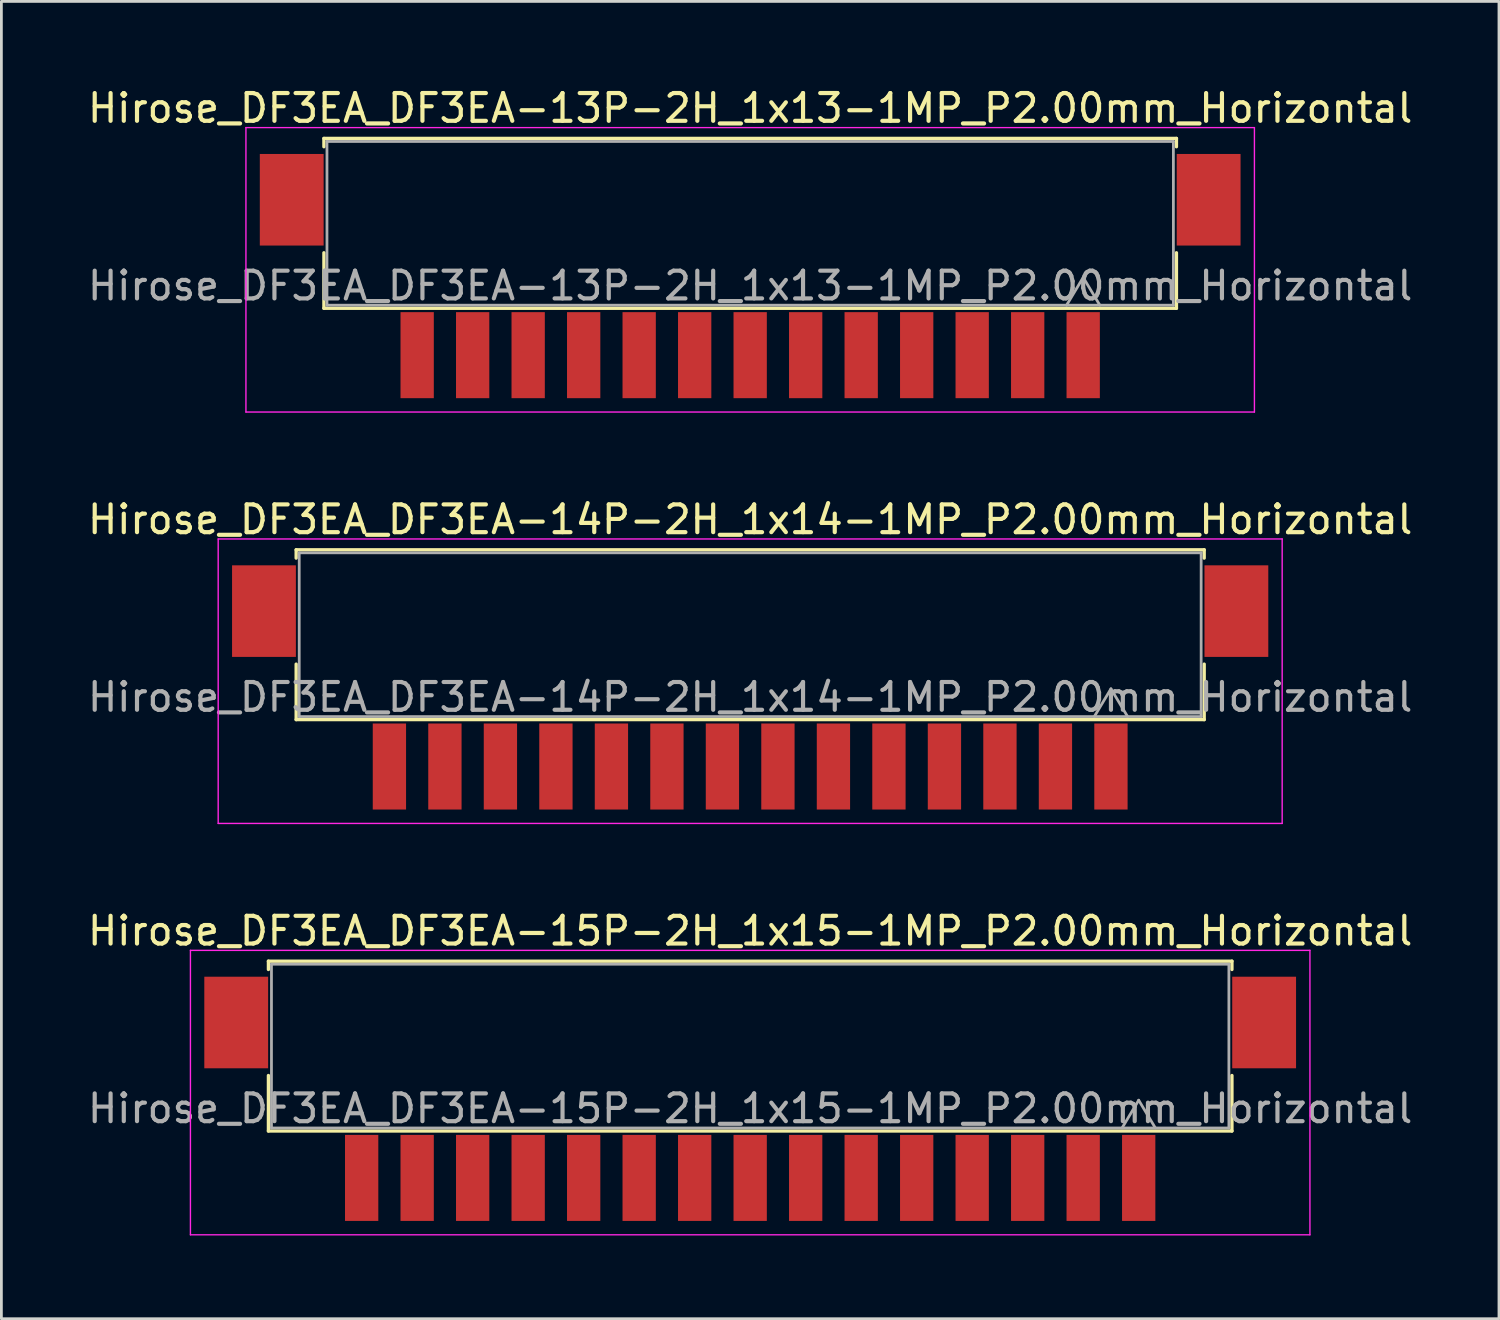
<source format=kicad_pcb>
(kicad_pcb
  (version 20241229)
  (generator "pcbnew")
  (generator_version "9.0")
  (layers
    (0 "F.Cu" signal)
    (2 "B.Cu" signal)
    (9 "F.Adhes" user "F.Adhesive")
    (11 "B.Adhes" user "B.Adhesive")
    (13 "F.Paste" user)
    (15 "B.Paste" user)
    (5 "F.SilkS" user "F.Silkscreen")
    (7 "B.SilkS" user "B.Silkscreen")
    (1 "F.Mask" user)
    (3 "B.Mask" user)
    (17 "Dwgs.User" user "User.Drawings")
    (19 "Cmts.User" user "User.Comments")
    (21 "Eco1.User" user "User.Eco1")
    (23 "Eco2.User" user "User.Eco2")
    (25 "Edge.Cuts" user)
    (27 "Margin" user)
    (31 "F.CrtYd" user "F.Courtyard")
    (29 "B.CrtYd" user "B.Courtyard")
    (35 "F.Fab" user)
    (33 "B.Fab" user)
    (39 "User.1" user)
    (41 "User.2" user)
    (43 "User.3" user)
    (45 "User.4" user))
  (footprint "Hirose_DF3EA_DF3EA-13P-2H_1x13-1MP_P2.00mm_Horizontal"
    (layer "F.Cu")
    (at 23.982 8.198)
    (property "Reference" "Hirose_DF3EA_DF3EA-13P-2H_1x13-1MP_P2.00mm_Horizontal" (at 0 -7.35 0) (layer "F.SilkS") (effects (font (size 1 1) (thickness 0.15))))
    (attr smd)
    (fp_line (start -15.36 -6.26) (end 15.36 -6.26) (stroke (width 0.12) (type solid)) (layer "F.SilkS"))
    (fp_line (start -15.36 -5.96) (end -15.36 -6.26) (stroke (width 0.12) (type solid)) (layer "F.SilkS"))
    (fp_line (start -15.36 -2.14) (end -15.36 -0.14) (stroke (width 0.12) (type solid)) (layer "F.SilkS"))
    (fp_line (start -15.36 -0.14) (end 15.36 -0.14) (stroke (width 0.12) (type solid)) (layer "F.SilkS"))
    (fp_line (start 15.36 -6.26) (end 15.36 -5.96) (stroke (width 0.12) (type solid)) (layer "F.SilkS"))
    (fp_line (start 15.36 -0.14) (end 15.36 -2.14) (stroke (width 0.12) (type solid)) (layer "F.SilkS"))
    (fp_line (start -18.17 -6.65) (end 18.17 -6.65) (stroke (width 0.05) (type solid)) (layer "F.CrtYd"))
    (fp_line (start -18.17 3.6) (end -18.17 -6.65) (stroke (width 0.05) (type solid)) (layer "F.CrtYd"))
    (fp_line (start 18.17 -6.65) (end 18.17 3.6) (stroke (width 0.05) (type solid)) (layer "F.CrtYd"))
    (fp_line (start 18.17 3.6) (end -18.17 3.6) (stroke (width 0.05) (type solid)) (layer "F.CrtYd"))
    (fp_line (start -15.25 -6.15) (end 15.25 -6.15) (stroke (width 0.1) (type solid)) (layer "F.Fab"))
    (fp_line (start -15.25 -0.25) (end -15.25 -6.15) (stroke (width 0.1) (type solid)) (layer "F.Fab"))
    (fp_line (start 11.4 -0.25) (end 12 -1.25) (stroke (width 0.1) (type solid)) (layer "F.Fab"))
    (fp_line (start 12 -1.25) (end 12.6 -0.25) (stroke (width 0.1) (type solid)) (layer "F.Fab"))
    (fp_line (start 15.25 -6.15) (end 15.25 -0.25) (stroke (width 0.1) (type solid)) (layer "F.Fab"))
    (fp_line (start 15.25 -0.25) (end -15.25 -0.25) (stroke (width 0.1) (type solid)) (layer "F.Fab"))
    (fp_text user "${REFERENCE}" (at 0 -0.95 0) (layer "F.Fab") (effects (font (size 1 1) (thickness 0.15))))
    (pad "" smd rect (at -16.52 -4.05) (size 2.3 3.3) (layers "F.Cu" "F.Mask" "F.Paste"))
    (pad "" smd rect (at 16.52 -4.05) (size 2.3 3.3) (layers "F.Cu" "F.Mask" "F.Paste"))
    (pad "1" smd rect (at 12 1.55) (size 1.2 3.1) (layers "F.Cu" "F.Mask" "F.Paste"))
    (pad "2" smd rect (at 10 1.55) (size 1.2 3.1) (layers "F.Cu" "F.Mask" "F.Paste"))
    (pad "3" smd rect (at 8 1.55) (size 1.2 3.1) (layers "F.Cu" "F.Mask" "F.Paste"))
    (pad "4" smd rect (at 6 1.55) (size 1.2 3.1) (layers "F.Cu" "F.Mask" "F.Paste"))
    (pad "5" smd rect (at 4 1.55) (size 1.2 3.1) (layers "F.Cu" "F.Mask" "F.Paste"))
    (pad "6" smd rect (at 2 1.55) (size 1.2 3.1) (layers "F.Cu" "F.Mask" "F.Paste"))
    (pad "7" smd rect (at 0 1.55) (size 1.2 3.1) (layers "F.Cu" "F.Mask" "F.Paste"))
    (pad "8" smd rect (at -2 1.55) (size 1.2 3.1) (layers "F.Cu" "F.Mask" "F.Paste"))
    (pad "9" smd rect (at -4 1.55) (size 1.2 3.1) (layers "F.Cu" "F.Mask" "F.Paste"))
    (pad "10" smd rect (at -6 1.55) (size 1.2 3.1) (layers "F.Cu" "F.Mask" "F.Paste"))
    (pad "11" smd rect (at -8 1.55) (size 1.2 3.1) (layers "F.Cu" "F.Mask" "F.Paste"))
    (pad "12" smd rect (at -10 1.55) (size 1.2 3.1) (layers "F.Cu" "F.Mask" "F.Paste"))
    (pad "13" smd rect (at -12 1.55) (size 1.2 3.1) (layers "F.Cu" "F.Mask" "F.Paste")))
  (footprint "Hirose_DF3EA_DF3EA-15P-2H_1x15-1MP_P2.00mm_Horizontal"
    (layer "F.Cu")
    (at 23.982 37.845)
    (property "Reference" "Hirose_DF3EA_DF3EA-15P-2H_1x15-1MP_P2.00mm_Horizontal" (at 0 -7.35 0) (layer "F.SilkS") (effects (font (size 1 1) (thickness 0.15))))
    (attr smd)
    (fp_line (start -17.36 -6.26) (end 17.36 -6.26) (stroke (width 0.12) (type solid)) (layer "F.SilkS"))
    (fp_line (start -17.36 -5.96) (end -17.36 -6.26) (stroke (width 0.12) (type solid)) (layer "F.SilkS"))
    (fp_line (start -17.36 -2.14) (end -17.36 -0.14) (stroke (width 0.12) (type solid)) (layer "F.SilkS"))
    (fp_line (start -17.36 -0.14) (end 17.36 -0.14) (stroke (width 0.12) (type solid)) (layer "F.SilkS"))
    (fp_line (start 17.36 -6.26) (end 17.36 -5.96) (stroke (width 0.12) (type solid)) (layer "F.SilkS"))
    (fp_line (start 17.36 -0.14) (end 17.36 -2.14) (stroke (width 0.12) (type solid)) (layer "F.SilkS"))
    (fp_line (start -20.17 -6.65) (end 20.17 -6.65) (stroke (width 0.05) (type solid)) (layer "F.CrtYd"))
    (fp_line (start -20.17 3.6) (end -20.17 -6.65) (stroke (width 0.05) (type solid)) (layer "F.CrtYd"))
    (fp_line (start 20.17 -6.65) (end 20.17 3.6) (stroke (width 0.05) (type solid)) (layer "F.CrtYd"))
    (fp_line (start 20.17 3.6) (end -20.17 3.6) (stroke (width 0.05) (type solid)) (layer "F.CrtYd"))
    (fp_line (start -17.25 -6.15) (end 17.25 -6.15) (stroke (width 0.1) (type solid)) (layer "F.Fab"))
    (fp_line (start -17.25 -0.25) (end -17.25 -6.15) (stroke (width 0.1) (type solid)) (layer "F.Fab"))
    (fp_line (start 13.4 -0.25) (end 14 -1.25) (stroke (width 0.1) (type solid)) (layer "F.Fab"))
    (fp_line (start 14 -1.25) (end 14.6 -0.25) (stroke (width 0.1) (type solid)) (layer "F.Fab"))
    (fp_line (start 17.25 -6.15) (end 17.25 -0.25) (stroke (width 0.1) (type solid)) (layer "F.Fab"))
    (fp_line (start 17.25 -0.25) (end -17.25 -0.25) (stroke (width 0.1) (type solid)) (layer "F.Fab"))
    (fp_text user "${REFERENCE}" (at 0 -0.95 0) (layer "F.Fab") (effects (font (size 1 1) (thickness 0.15))))
    (pad "" smd rect (at -18.52 -4.05) (size 2.3 3.3) (layers "F.Cu" "F.Mask" "F.Paste"))
    (pad "" smd rect (at 18.52 -4.05) (size 2.3 3.3) (layers "F.Cu" "F.Mask" "F.Paste"))
    (pad "1" smd rect (at 14 1.55) (size 1.2 3.1) (layers "F.Cu" "F.Mask" "F.Paste"))
    (pad "2" smd rect (at 12 1.55) (size 1.2 3.1) (layers "F.Cu" "F.Mask" "F.Paste"))
    (pad "3" smd rect (at 10 1.55) (size 1.2 3.1) (layers "F.Cu" "F.Mask" "F.Paste"))
    (pad "4" smd rect (at 8 1.55) (size 1.2 3.1) (layers "F.Cu" "F.Mask" "F.Paste"))
    (pad "5" smd rect (at 6 1.55) (size 1.2 3.1) (layers "F.Cu" "F.Mask" "F.Paste"))
    (pad "6" smd rect (at 4 1.55) (size 1.2 3.1) (layers "F.Cu" "F.Mask" "F.Paste"))
    (pad "7" smd rect (at 2 1.55) (size 1.2 3.1) (layers "F.Cu" "F.Mask" "F.Paste"))
    (pad "8" smd rect (at 0 1.55) (size 1.2 3.1) (layers "F.Cu" "F.Mask" "F.Paste"))
    (pad "9" smd rect (at -2 1.55) (size 1.2 3.1) (layers "F.Cu" "F.Mask" "F.Paste"))
    (pad "10" smd rect (at -4 1.55) (size 1.2 3.1) (layers "F.Cu" "F.Mask" "F.Paste"))
    (pad "11" smd rect (at -6 1.55) (size 1.2 3.1) (layers "F.Cu" "F.Mask" "F.Paste"))
    (pad "12" smd rect (at -8 1.55) (size 1.2 3.1) (layers "F.Cu" "F.Mask" "F.Paste"))
    (pad "13" smd rect (at -10 1.55) (size 1.2 3.1) (layers "F.Cu" "F.Mask" "F.Paste"))
    (pad "14" smd rect (at -12 1.55) (size 1.2 3.1) (layers "F.Cu" "F.Mask" "F.Paste"))
    (pad "15" smd rect (at -14 1.55) (size 1.2 3.1) (layers "F.Cu" "F.Mask" "F.Paste")))
  (footprint "Hirose_DF3EA_DF3EA-14P-2H_1x14-1MP_P2.00mm_Horizontal"
    (layer "F.Cu")
    (at 23.982 23.021)
    (property "Reference" "Hirose_DF3EA_DF3EA-14P-2H_1x14-1MP_P2.00mm_Horizontal" (at 0 -7.35 0) (layer "F.SilkS") (effects (font (size 1 1) (thickness 0.15))))
    (attr smd)
    (fp_line (start -16.36 -6.26) (end 16.36 -6.26) (stroke (width 0.12) (type solid)) (layer "F.SilkS"))
    (fp_line (start -16.36 -5.96) (end -16.36 -6.26) (stroke (width 0.12) (type solid)) (layer "F.SilkS"))
    (fp_line (start -16.36 -2.14) (end -16.36 -0.14) (stroke (width 0.12) (type solid)) (layer "F.SilkS"))
    (fp_line (start -16.36 -0.14) (end 16.36 -0.14) (stroke (width 0.12) (type solid)) (layer "F.SilkS"))
    (fp_line (start 16.36 -6.26) (end 16.36 -5.96) (stroke (width 0.12) (type solid)) (layer "F.SilkS"))
    (fp_line (start 16.36 -0.14) (end 16.36 -2.14) (stroke (width 0.12) (type solid)) (layer "F.SilkS"))
    (fp_line (start -19.17 -6.65) (end 19.17 -6.65) (stroke (width 0.05) (type solid)) (layer "F.CrtYd"))
    (fp_line (start -19.17 3.6) (end -19.17 -6.65) (stroke (width 0.05) (type solid)) (layer "F.CrtYd"))
    (fp_line (start 19.17 -6.65) (end 19.17 3.6) (stroke (width 0.05) (type solid)) (layer "F.CrtYd"))
    (fp_line (start 19.17 3.6) (end -19.17 3.6) (stroke (width 0.05) (type solid)) (layer "F.CrtYd"))
    (fp_line (start -16.25 -6.15) (end 16.25 -6.15) (stroke (width 0.1) (type solid)) (layer "F.Fab"))
    (fp_line (start -16.25 -0.25) (end -16.25 -6.15) (stroke (width 0.1) (type solid)) (layer "F.Fab"))
    (fp_line (start 12.4 -0.25) (end 13 -1.25) (stroke (width 0.1) (type solid)) (layer "F.Fab"))
    (fp_line (start 13 -1.25) (end 13.6 -0.25) (stroke (width 0.1) (type solid)) (layer "F.Fab"))
    (fp_line (start 16.25 -6.15) (end 16.25 -0.25) (stroke (width 0.1) (type solid)) (layer "F.Fab"))
    (fp_line (start 16.25 -0.25) (end -16.25 -0.25) (stroke (width 0.1) (type solid)) (layer "F.Fab"))
    (fp_text user "${REFERENCE}" (at 0 -0.95 0) (layer "F.Fab") (effects (font (size 1 1) (thickness 0.15))))
    (pad "" smd rect (at -17.52 -4.05) (size 2.3 3.3) (layers "F.Cu" "F.Mask" "F.Paste"))
    (pad "" smd rect (at 17.52 -4.05) (size 2.3 3.3) (layers "F.Cu" "F.Mask" "F.Paste"))
    (pad "1" smd rect (at 13 1.55) (size 1.2 3.1) (layers "F.Cu" "F.Mask" "F.Paste"))
    (pad "2" smd rect (at 11 1.55) (size 1.2 3.1) (layers "F.Cu" "F.Mask" "F.Paste"))
    (pad "3" smd rect (at 9 1.55) (size 1.2 3.1) (layers "F.Cu" "F.Mask" "F.Paste"))
    (pad "4" smd rect (at 7 1.55) (size 1.2 3.1) (layers "F.Cu" "F.Mask" "F.Paste"))
    (pad "5" smd rect (at 5 1.55) (size 1.2 3.1) (layers "F.Cu" "F.Mask" "F.Paste"))
    (pad "6" smd rect (at 3 1.55) (size 1.2 3.1) (layers "F.Cu" "F.Mask" "F.Paste"))
    (pad "7" smd rect (at 1 1.55) (size 1.2 3.1) (layers "F.Cu" "F.Mask" "F.Paste"))
    (pad "8" smd rect (at -1 1.55) (size 1.2 3.1) (layers "F.Cu" "F.Mask" "F.Paste"))
    (pad "9" smd rect (at -3 1.55) (size 1.2 3.1) (layers "F.Cu" "F.Mask" "F.Paste"))
    (pad "10" smd rect (at -5 1.55) (size 1.2 3.1) (layers "F.Cu" "F.Mask" "F.Paste"))
    (pad "11" smd rect (at -7 1.55) (size 1.2 3.1) (layers "F.Cu" "F.Mask" "F.Paste"))
    (pad "12" smd rect (at -9 1.55) (size 1.2 3.1) (layers "F.Cu" "F.Mask" "F.Paste"))
    (pad "13" smd rect (at -11 1.55) (size 1.2 3.1) (layers "F.Cu" "F.Mask" "F.Paste"))
    (pad "14" smd rect (at -13 1.55) (size 1.2 3.1) (layers "F.Cu" "F.Mask" "F.Paste")))
  (gr_rect
    (start -3 -3)
    (end 50.964 44.47)
    (stroke (width 0.1) (type default))
    (fill no)
    (layer "Edge.Cuts")))
</source>
